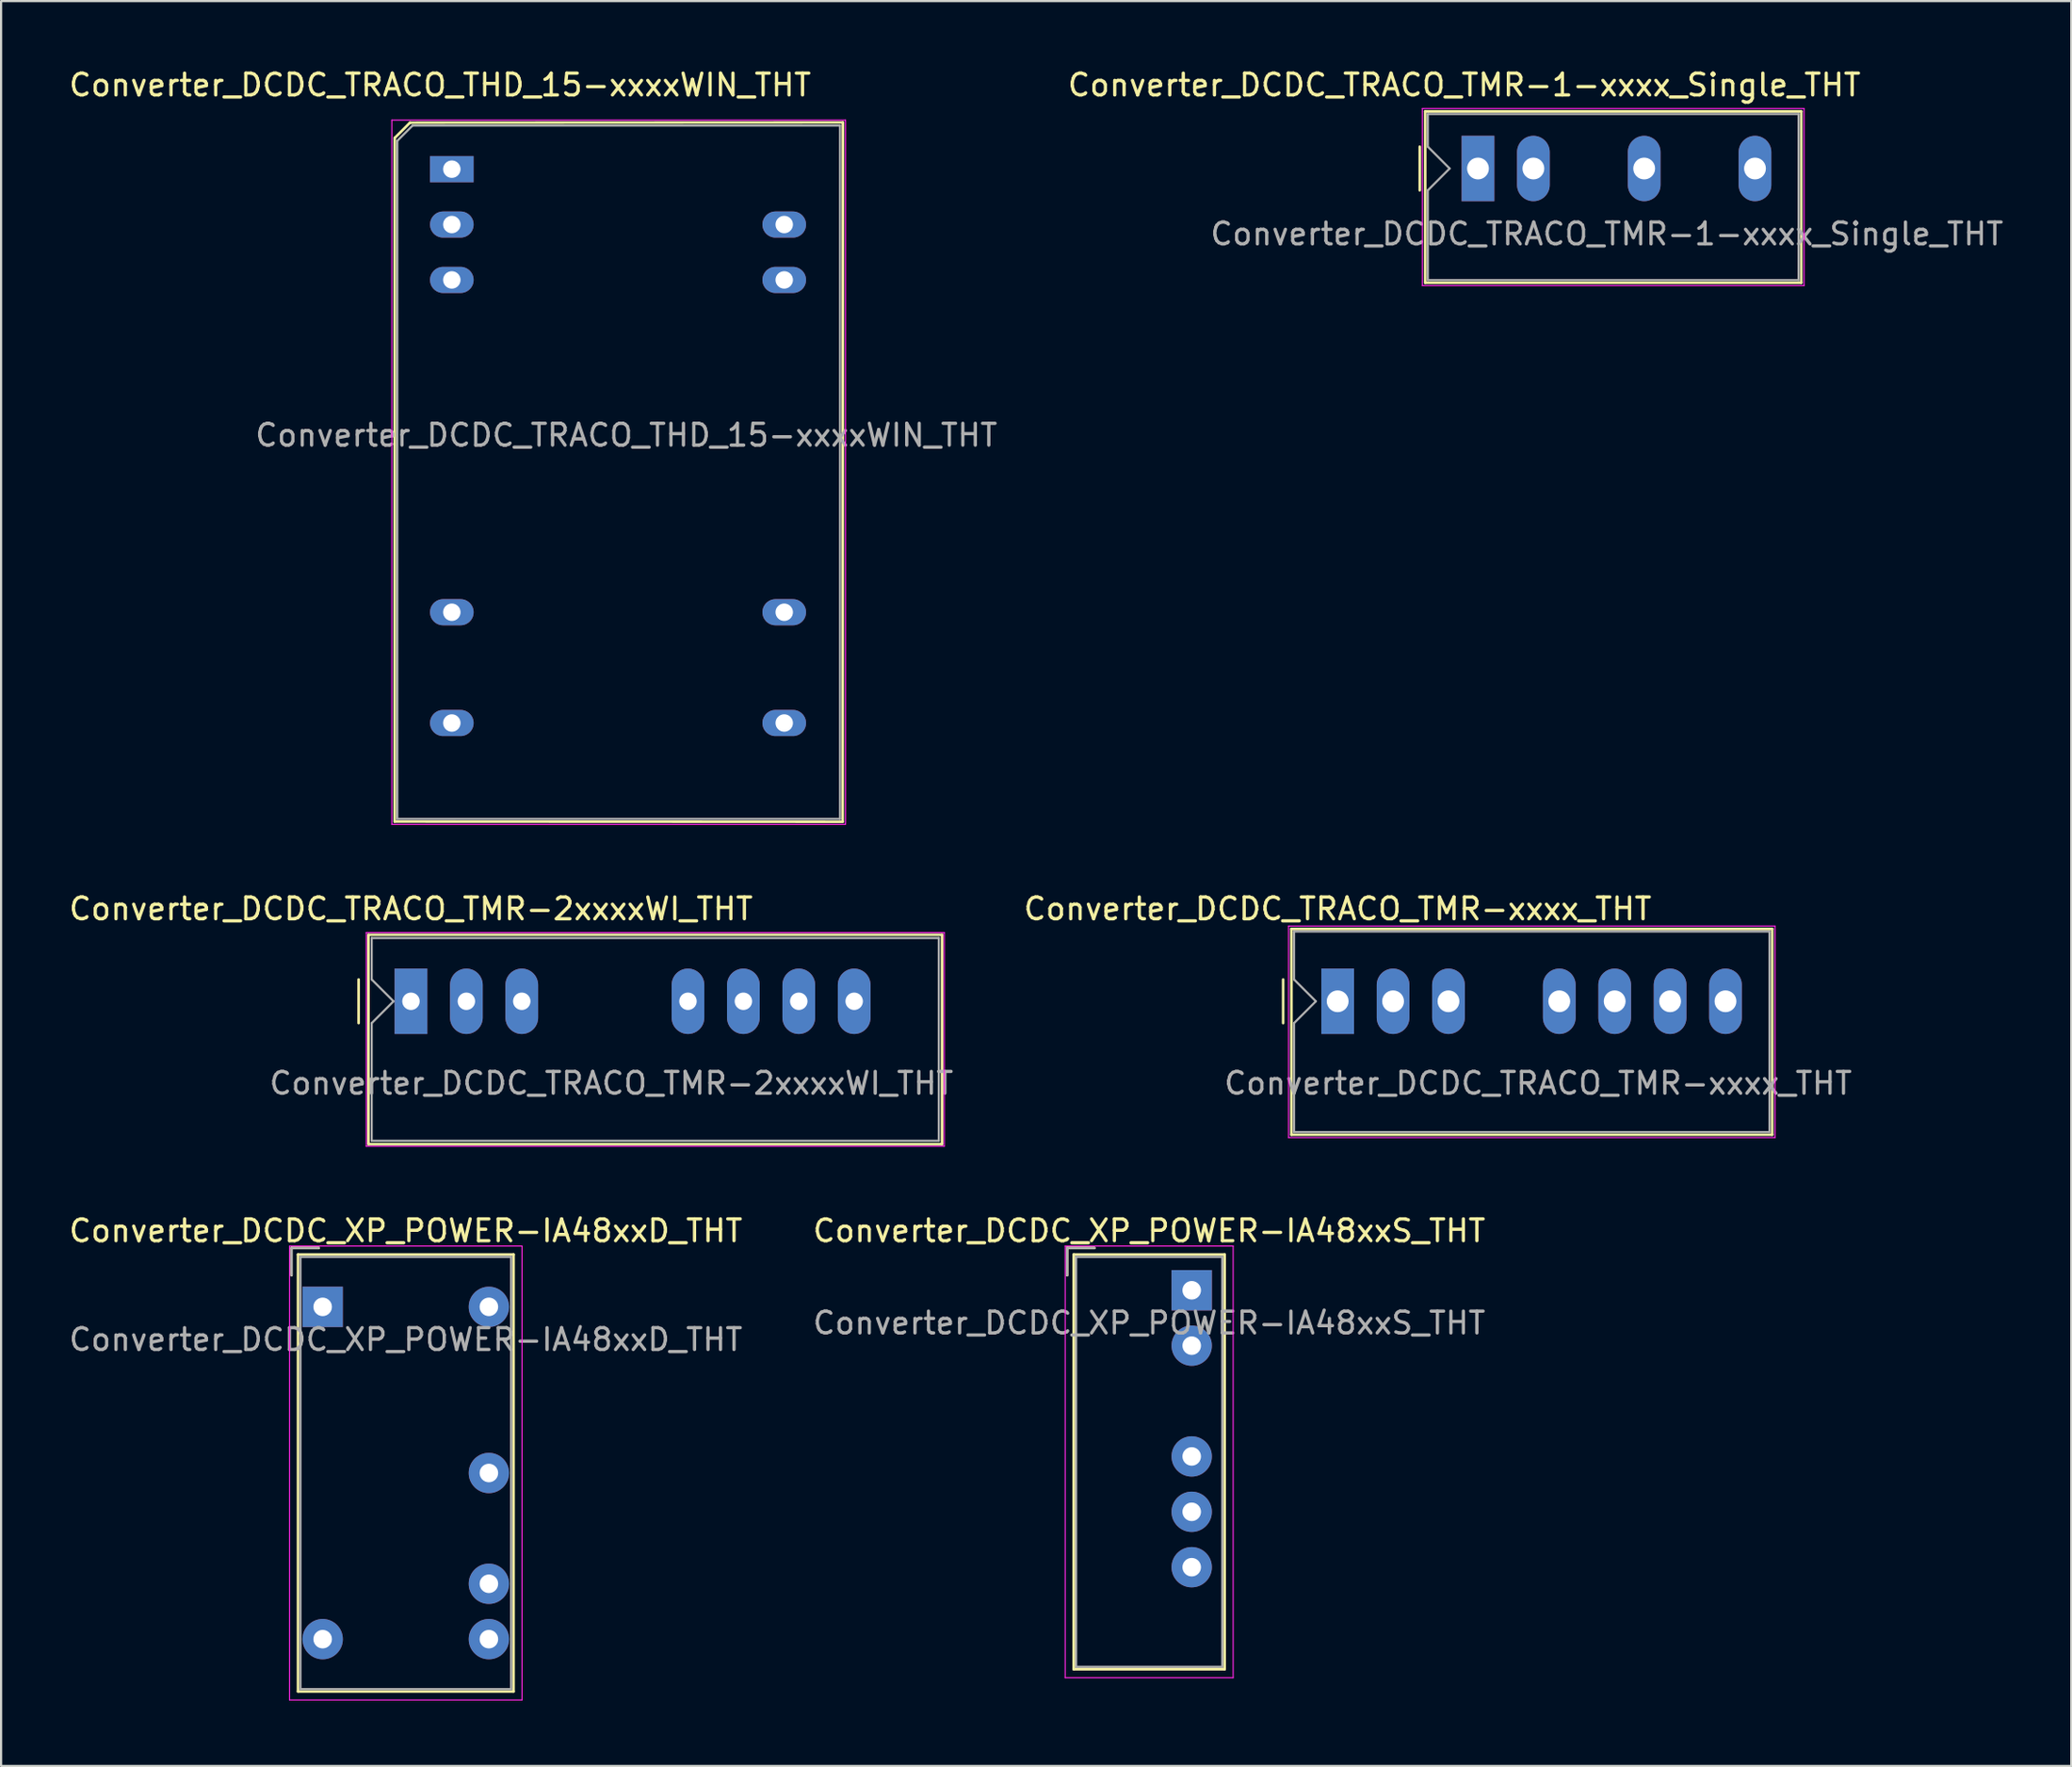
<source format=kicad_pcb>
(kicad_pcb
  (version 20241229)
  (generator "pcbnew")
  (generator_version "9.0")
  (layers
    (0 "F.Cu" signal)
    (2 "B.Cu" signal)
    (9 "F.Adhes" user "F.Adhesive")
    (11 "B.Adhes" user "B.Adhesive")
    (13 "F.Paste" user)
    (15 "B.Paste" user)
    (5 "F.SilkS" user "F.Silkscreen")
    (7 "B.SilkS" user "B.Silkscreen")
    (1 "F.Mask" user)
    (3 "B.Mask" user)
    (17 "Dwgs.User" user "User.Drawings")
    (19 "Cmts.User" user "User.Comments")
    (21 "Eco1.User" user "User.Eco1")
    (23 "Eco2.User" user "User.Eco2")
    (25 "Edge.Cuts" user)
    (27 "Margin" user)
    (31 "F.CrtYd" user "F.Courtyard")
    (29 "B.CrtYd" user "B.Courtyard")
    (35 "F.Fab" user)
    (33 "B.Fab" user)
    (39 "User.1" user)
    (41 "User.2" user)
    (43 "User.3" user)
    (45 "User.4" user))
  (footprint "Converter_DCDC_TRACO_THD_15-xxxxWIN_THT"
    (layer "F.Cu")
    (at 17.665 4.708)
    (property "Reference" "Converter_DCDC_TRACO_THD_15-xxxxWIN_THT" (at -0.54 -3.86 180) (layer "F.SilkS") (effects (font (size 1 1) (thickness 0.15))))
    (attr through_hole)
    (fp_line (start -2.62 -1.43) (end -2.62 29.92) (stroke (width 0.12) (type solid)) (layer "F.SilkS"))
    (fp_line (start -2.62 29.92) (end 17.92 29.93) (stroke (width 0.12) (type solid)) (layer "F.SilkS"))
    (fp_line (start -1.92 -2.13) (end -2.62 -1.43) (stroke (width 0.12) (type solid)) (layer "F.SilkS"))
    (fp_line (start 17.92 29.93) (end 17.93 -2.14) (stroke (width 0.12) (type solid)) (layer "F.SilkS"))
    (fp_line (start 17.93 -2.14) (end -1.92 -2.13) (stroke (width 0.12) (type solid)) (layer "F.SilkS"))
    (fp_line (start -2.75 -2.25) (end 18.05 -2.25) (stroke (width 0.05) (type solid)) (layer "F.CrtYd"))
    (fp_line (start -2.75 30.05) (end -2.75 -2.25) (stroke (width 0.05) (type solid)) (layer "F.CrtYd"))
    (fp_line (start 18.05 -2.25) (end 18.05 30.05) (stroke (width 0.05) (type solid)) (layer "F.CrtYd"))
    (fp_line (start 18.05 30.05) (end -2.75 30.05) (stroke (width 0.05) (type solid)) (layer "F.CrtYd"))
    (fp_line (start -2.5 29.8) (end -2.5 -1.3) (stroke (width 0.1) (type solid)) (layer "F.Fab"))
    (fp_line (start -1.8 -2) (end -2.5 -1.3) (stroke (width 0.1) (type solid)) (layer "F.Fab"))
    (fp_line (start -1.8 -2) (end 17.8 -2) (stroke (width 0.1) (type solid)) (layer "F.Fab"))
    (fp_line (start 17.8 -2) (end 17.8 29.8) (stroke (width 0.1) (type solid)) (layer "F.Fab"))
    (fp_line (start 17.8 29.8) (end -2.5 29.8) (stroke (width 0.1) (type solid)) (layer "F.Fab"))
    (fp_text user "${REFERENCE}" (at 8 12.2 0) (layer "F.Fab") (effects (font (size 1 1) (thickness 0.15))))
    (pad "1" thru_hole rect (at 0 0) (size 2 1.2) (drill 0.8) (layers "*.Cu" "*.Mask"))
    (pad "2" thru_hole oval (at 0 2.54) (size 2 1.2) (drill 0.8) (layers "*.Cu" "*.Mask"))
    (pad "3" thru_hole oval (at 0 5.08) (size 2 1.2) (drill 0.8) (layers "*.Cu" "*.Mask"))
    (pad "9" thru_hole oval (at 0 20.32) (size 2 1.2) (drill 0.8) (layers "*.Cu" "*.Mask"))
    (pad "11" thru_hole oval (at 0 25.4) (size 2 1.2) (drill 0.8) (layers "*.Cu" "*.Mask"))
    (pad "14" thru_hole oval (at 15.24 25.4) (size 2 1.2) (drill 0.8) (layers "*.Cu" "*.Mask"))
    (pad "16" thru_hole oval (at 15.24 20.32) (size 2 1.2) (drill 0.8) (layers "*.Cu" "*.Mask"))
    (pad "22" thru_hole oval (at 15.24 5.08) (size 2 1.2) (drill 0.8) (layers "*.Cu" "*.Mask"))
    (pad "23" thru_hole oval (at 15.24 2.54) (size 2 1.2) (drill 0.8) (layers "*.Cu" "*.Mask")))
  (footprint "Converter_DCDC_XP_POWER-IA48xxD_THT"
    (layer "F.Cu")
    (at 11.744 56.885)
    (property "Reference" "Converter_DCDC_XP_POWER-IA48xxD_THT" (at 3.81 -3.49 0) (layer "F.SilkS") (effects (font (size 1 1) (thickness 0.15))))
    (attr through_hole)
    (fp_line (start -1.43 -2.7) (end -1.43 -1.45) (stroke (width 0.12) (type solid)) (layer "F.SilkS"))
    (fp_line (start -1.13 -2.4) (end -1.13 17.64) (stroke (width 0.12) (type solid)) (layer "F.SilkS"))
    (fp_line (start -1.13 17.64) (end 8.75 17.64) (stroke (width 0.12) (type solid)) (layer "F.SilkS"))
    (fp_line (start -0.18 -2.7) (end -1.43 -2.7) (stroke (width 0.12) (type solid)) (layer "F.SilkS"))
    (fp_line (start 8.75 -2.4) (end -1.13 -2.4) (stroke (width 0.12) (type solid)) (layer "F.SilkS"))
    (fp_line (start 8.75 17.64) (end 8.75 -2.4) (stroke (width 0.12) (type solid)) (layer "F.SilkS"))
    (fp_line (start -1.52 -2.79) (end -1.52 18.03) (stroke (width 0.05) (type solid)) (layer "F.CrtYd"))
    (fp_line (start -1.52 18.03) (end 9.14 18.03) (stroke (width 0.05) (type solid)) (layer "F.CrtYd"))
    (fp_line (start 9.14 -2.79) (end -1.52 -2.79) (stroke (width 0.05) (type solid)) (layer "F.CrtYd"))
    (fp_line (start 9.14 18.03) (end 9.14 -2.79) (stroke (width 0.05) (type solid)) (layer "F.CrtYd"))
    (fp_line (start -1.43 -2.7) (end -1.43 -1.45) (stroke (width 0.1) (type solid)) (layer "F.Fab"))
    (fp_line (start -1.02 -2.29) (end -1.02 17.53) (stroke (width 0.1) (type solid)) (layer "F.Fab"))
    (fp_line (start -1.02 17.53) (end 8.64 17.53) (stroke (width 0.1) (type solid)) (layer "F.Fab"))
    (fp_line (start -0.18 -2.7) (end -1.43 -2.7) (stroke (width 0.1) (type solid)) (layer "F.Fab"))
    (fp_line (start 8.64 -2.29) (end -1.02 -2.29) (stroke (width 0.1) (type solid)) (layer "F.Fab"))
    (fp_line (start 8.64 17.53) (end 8.64 -2.29) (stroke (width 0.1) (type solid)) (layer "F.Fab"))
    (fp_text user "${REFERENCE}" (at 3.81 1.5 0) (layer "F.Fab") (effects (font (size 1 1) (thickness 0.15))))
    (pad "1" thru_hole rect (at 0 0) (size 1.85 1.85) (drill 0.85) (layers "*.Cu" "*.Mask"))
    (pad "2" thru_hole circle (at 0 15.24) (size 1.85 1.85) (drill 0.85) (layers "*.Cu" "*.Mask"))
    (pad "3" thru_hole circle (at 7.62 0) (size 1.85 1.85) (drill 0.85) (layers "*.Cu" "*.Mask"))
    (pad "4" thru_hole circle (at 7.62 7.62) (size 1.85 1.85) (drill 0.85) (layers "*.Cu" "*.Mask"))
    (pad "5" thru_hole circle (at 7.62 12.7) (size 1.85 1.85) (drill 0.85) (layers "*.Cu" "*.Mask"))
    (pad "6" thru_hole circle (at 7.62 15.24) (size 1.85 1.85) (drill 0.85) (layers "*.Cu" "*.Mask")))
  (footprint "Converter_DCDC_TRACO_TMR-2xxxxWI_THT"
    (layer "F.Cu")
    (at 15.792 42.871)
    (property "Reference" "Converter_DCDC_TRACO_TMR-2xxxxWI_THT" (at 0 -4.24 0) (layer "F.SilkS") (effects (font (size 1 1) (thickness 0.15))))
    (attr through_hole)
    (fp_line (start -2.4 -1) (end -2.4 1) (stroke (width 0.12) (type solid)) (layer "F.SilkS"))
    (fp_line (start -1.95 -3.05) (end 24.35 -3.05) (stroke (width 0.12) (type solid)) (layer "F.SilkS"))
    (fp_line (start -1.95 6.55) (end -1.95 -3.05) (stroke (width 0.12) (type solid)) (layer "F.SilkS"))
    (fp_line (start 24.35 -3.05) (end 24.35 6.55) (stroke (width 0.12) (type solid)) (layer "F.SilkS"))
    (fp_line (start 24.35 6.55) (end -1.95 6.55) (stroke (width 0.12) (type solid)) (layer "F.SilkS"))
    (fp_line (start -2.05 -3.15) (end -2.05 6.65) (stroke (width 0.05) (type solid)) (layer "F.CrtYd"))
    (fp_line (start -2.05 -3.15) (end 24.45 -3.15) (stroke (width 0.05) (type solid)) (layer "F.CrtYd"))
    (fp_line (start -2.05 6.65) (end 24.45 6.65) (stroke (width 0.05) (type solid)) (layer "F.CrtYd"))
    (fp_line (start 24.45 -3.15) (end 24.45 6.65) (stroke (width 0.05) (type solid)) (layer "F.CrtYd"))
    (fp_line (start -1.8 -2.9) (end -1.8 -1) (stroke (width 0.1) (type solid)) (layer "F.Fab"))
    (fp_line (start -1.8 -1) (end -0.8 0) (stroke (width 0.1) (type solid)) (layer "F.Fab"))
    (fp_line (start -1.8 1) (end -1.8 6.4) (stroke (width 0.1) (type solid)) (layer "F.Fab"))
    (fp_line (start -1.8 1) (end -0.8 0) (stroke (width 0.1) (type solid)) (layer "F.Fab"))
    (fp_line (start 24.2 -2.9) (end -1.8 -2.9) (stroke (width 0.1) (type solid)) (layer "F.Fab"))
    (fp_line (start 24.2 -2.9) (end 24.2 6.4) (stroke (width 0.1) (type solid)) (layer "F.Fab"))
    (fp_line (start 24.2 6.4) (end -1.8 6.4) (stroke (width 0.1) (type solid)) (layer "F.Fab"))
    (fp_text user "${REFERENCE}" (at 9.19 3.76 0) (layer "F.Fab") (effects (font (size 1 1) (thickness 0.15))))
    (pad "1" thru_hole rect (at 0 0) (size 1.5 3) (drill 0.8) (layers "*.Cu" "*.Mask"))
    (pad "2" thru_hole oval (at 2.54 0) (size 1.5 3) (drill 0.8) (layers "*.Cu" "*.Mask"))
    (pad "3" thru_hole oval (at 5.08 0) (size 1.5 3) (drill 0.8) (layers "*.Cu" "*.Mask"))
    (pad "6" thru_hole oval (at 12.7 0) (size 1.5 3) (drill 0.8) (layers "*.Cu" "*.Mask"))
    (pad "7" thru_hole oval (at 15.24 0) (size 1.5 3) (drill 0.8) (layers "*.Cu" "*.Mask"))
    (pad "8" thru_hole oval (at 17.78 0) (size 1.5 3) (drill 0.8) (layers "*.Cu" "*.Mask"))
    (pad "9" thru_hole oval (at 20.32 0) (size 1.5 3) (drill 0.8) (layers "*.Cu" "*.Mask")))
  (footprint "Converter_DCDC_TRACO_TMR-1-xxxx_Single_THT"
    (layer "F.Cu")
    (at 64.712 4.678)
    (property "Reference" "Converter_DCDC_TRACO_TMR-1-xxxx_Single_THT" (at -0.63 -3.83 0) (layer "F.SilkS") (effects (font (size 1 1) (thickness 0.15))))
    (attr through_hole)
    (fp_line (start -2.67 -1) (end -2.67 1) (stroke (width 0.12) (type solid)) (layer "F.SilkS"))
    (fp_line (start -2.42 -2.62) (end 14.82 -2.62) (stroke (width 0.12) (type solid)) (layer "F.SilkS"))
    (fp_line (start -2.42 5.24) (end -2.42 -2.62) (stroke (width 0.12) (type solid)) (layer "F.SilkS"))
    (fp_line (start 14.82 -2.62) (end 14.82 5.24) (stroke (width 0.12) (type solid)) (layer "F.SilkS"))
    (fp_line (start 14.82 5.24) (end -2.42 5.24) (stroke (width 0.12) (type solid)) (layer "F.SilkS"))
    (fp_line (start -2.55 -2.75) (end -2.55 5.37) (stroke (width 0.05) (type solid)) (layer "F.CrtYd"))
    (fp_line (start -2.55 -2.75) (end 14.95 -2.75) (stroke (width 0.05) (type solid)) (layer "F.CrtYd"))
    (fp_line (start -2.55 5.37) (end 14.95 5.37) (stroke (width 0.05) (type solid)) (layer "F.CrtYd"))
    (fp_line (start 14.95 -2.75) (end 14.95 5.37) (stroke (width 0.05) (type solid)) (layer "F.CrtYd"))
    (fp_line (start -2.3 -1) (end -2.3 -2.5) (stroke (width 0.1) (type solid)) (layer "F.Fab"))
    (fp_line (start -2.3 -1) (end -1.3 0) (stroke (width 0.1) (type solid)) (layer "F.Fab"))
    (fp_line (start -2.3 1) (end -2.3 5.12) (stroke (width 0.1) (type solid)) (layer "F.Fab"))
    (fp_line (start -1.3 0) (end -2.3 1) (stroke (width 0.1) (type solid)) (layer "F.Fab"))
    (fp_line (start 14.7 -2.5) (end -2.3 -2.5) (stroke (width 0.1) (type solid)) (layer "F.Fab"))
    (fp_line (start 14.7 -2.5) (end 14.7 5.12) (stroke (width 0.1) (type solid)) (layer "F.Fab"))
    (fp_line (start 14.7 5.12) (end -2.3 5.12) (stroke (width 0.1) (type solid)) (layer "F.Fab"))
    (fp_text user "${REFERENCE}" (at 5.91 3 0) (layer "F.Fab") (effects (font (size 1 1) (thickness 0.15))))
    (pad "1" thru_hole rect (at 0 0) (size 1.5 3) (drill 1) (layers "*.Cu" "*.Mask"))
    (pad "2" thru_hole oval (at 2.54 0) (size 1.5 3) (drill 1) (layers "*.Cu" "*.Mask"))
    (pad "4" thru_hole oval (at 7.62 0) (size 1.5 3) (drill 1) (layers "*.Cu" "*.Mask"))
    (pad "6" thru_hole oval (at 12.7 0) (size 1.5 3) (drill 1) (layers "*.Cu" "*.Mask")))
  (footprint "Converter_DCDC_XP_POWER-IA48xxS_THT"
    (layer "F.Cu")
    (at 51.587 56.125)
    (property "Reference" "Converter_DCDC_XP_POWER-IA48xxS_THT" (at -1.95 -2.73 0) (layer "F.SilkS") (effects (font (size 1 1) (thickness 0.15))))
    (attr through_hole)
    (fp_line (start -5.71 -1.94) (end -5.71 -0.69) (stroke (width 0.12) (type solid)) (layer "F.SilkS"))
    (fp_line (start -5.41 -1.64) (end -5.41 17.38) (stroke (width 0.12) (type solid)) (layer "F.SilkS"))
    (fp_line (start -5.41 17.38) (end 1.51 17.38) (stroke (width 0.12) (type solid)) (layer "F.SilkS"))
    (fp_line (start -4.46 -1.94) (end -5.71 -1.94) (stroke (width 0.12) (type solid)) (layer "F.SilkS"))
    (fp_line (start 1.51 -1.64) (end -5.41 -1.64) (stroke (width 0.12) (type solid)) (layer "F.SilkS"))
    (fp_line (start 1.51 17.38) (end 1.51 -1.64) (stroke (width 0.12) (type solid)) (layer "F.SilkS"))
    (fp_line (start -5.8 -2.03) (end -5.8 17.77) (stroke (width 0.05) (type solid)) (layer "F.CrtYd"))
    (fp_line (start -5.8 17.77) (end 1.9 17.77) (stroke (width 0.05) (type solid)) (layer "F.CrtYd"))
    (fp_line (start 1.9 -2.03) (end -5.8 -2.03) (stroke (width 0.05) (type solid)) (layer "F.CrtYd"))
    (fp_line (start 1.9 17.77) (end 1.9 -2.03) (stroke (width 0.05) (type solid)) (layer "F.CrtYd"))
    (fp_line (start -5.71 -1.94) (end -5.71 -0.69) (stroke (width 0.1) (type solid)) (layer "F.Fab"))
    (fp_line (start -5.3 -1.53) (end -5.3 17.27) (stroke (width 0.1) (type solid)) (layer "F.Fab"))
    (fp_line (start -5.3 17.27) (end 1.4 17.27) (stroke (width 0.1) (type solid)) (layer "F.Fab"))
    (fp_line (start -4.46 -1.94) (end -5.71 -1.94) (stroke (width 0.1) (type solid)) (layer "F.Fab"))
    (fp_line (start 1.4 -1.53) (end -5.3 -1.53) (stroke (width 0.1) (type solid)) (layer "F.Fab"))
    (fp_line (start 1.4 17.27) (end 1.4 -1.53) (stroke (width 0.1) (type solid)) (layer "F.Fab"))
    (fp_text user "${REFERENCE}" (at -1.95 1.5 0) (layer "F.Fab") (effects (font (size 1 1) (thickness 0.15))))
    (pad "1" thru_hole rect (at 0 0) (size 1.85 1.85) (drill 0.85) (layers "*.Cu" "*.Mask"))
    (pad "2" thru_hole circle (at 0 2.54) (size 1.85 1.85) (drill 0.85) (layers "*.Cu" "*.Mask"))
    (pad "4" thru_hole circle (at 0 7.62) (size 1.85 1.85) (drill 0.85) (layers "*.Cu" "*.Mask"))
    (pad "5" thru_hole circle (at 0 10.16) (size 1.85 1.85) (drill 0.85) (layers "*.Cu" "*.Mask"))
    (pad "6" thru_hole circle (at 0 12.7) (size 1.85 1.85) (drill 0.85) (layers "*.Cu" "*.Mask")))
  (footprint "Converter_DCDC_TRACO_TMR-xxxx_THT"
    (layer "F.Cu")
    (at 58.279 42.871)
    (property "Reference" "Converter_DCDC_TRACO_TMR-xxxx_THT" (at 0 -4.24 0) (layer "F.SilkS") (effects (font (size 1 1) (thickness 0.15))))
    (attr through_hole)
    (fp_line (start -2.5 -1) (end -2.5 1) (stroke (width 0.12) (type solid)) (layer "F.SilkS"))
    (fp_line (start -2.12 -3.32) (end 19.92 -3.32) (stroke (width 0.12) (type solid)) (layer "F.SilkS"))
    (fp_line (start -2.12 6.12) (end -2.12 -3.32) (stroke (width 0.12) (type solid)) (layer "F.SilkS"))
    (fp_line (start 19.92 -3.32) (end 19.92 6.12) (stroke (width 0.12) (type solid)) (layer "F.SilkS"))
    (fp_line (start 19.92 6.12) (end -2.12 6.12) (stroke (width 0.12) (type solid)) (layer "F.SilkS"))
    (fp_line (start -2.25 -3.45) (end -2.25 6.25) (stroke (width 0.05) (type solid)) (layer "F.CrtYd"))
    (fp_line (start -2.25 -3.45) (end 20.05 -3.45) (stroke (width 0.05) (type solid)) (layer "F.CrtYd"))
    (fp_line (start -2.25 6.25) (end 20.05 6.25) (stroke (width 0.05) (type solid)) (layer "F.CrtYd"))
    (fp_line (start 20.05 -3.45) (end 20.05 6.25) (stroke (width 0.05) (type solid)) (layer "F.CrtYd"))
    (fp_line (start -2 -3.2) (end -2 -1) (stroke (width 0.1) (type solid)) (layer "F.Fab"))
    (fp_line (start -2 -1) (end -1 0) (stroke (width 0.1) (type solid)) (layer "F.Fab"))
    (fp_line (start -2 1) (end -2 6) (stroke (width 0.1) (type solid)) (layer "F.Fab"))
    (fp_line (start -2 1) (end -1 0) (stroke (width 0.1) (type solid)) (layer "F.Fab"))
    (fp_line (start 19.8 -3.2) (end -2 -3.2) (stroke (width 0.1) (type solid)) (layer "F.Fab"))
    (fp_line (start 19.8 -3.2) (end 19.8 6) (stroke (width 0.1) (type solid)) (layer "F.Fab"))
    (fp_line (start 19.8 6) (end -2 6) (stroke (width 0.1) (type solid)) (layer "F.Fab"))
    (fp_text user "${REFERENCE}" (at 9.19 3.76 0) (layer "F.Fab") (effects (font (size 1 1) (thickness 0.15))))
    (pad "1" thru_hole rect (at 0 0) (size 1.5 3) (drill 1) (layers "*.Cu" "*.Mask"))
    (pad "2" thru_hole oval (at 2.54 0) (size 1.5 3) (drill 1) (layers "*.Cu" "*.Mask"))
    (pad "3" thru_hole oval (at 5.08 0) (size 1.5 3) (drill 1) (layers "*.Cu" "*.Mask"))
    (pad "5" thru_hole oval (at 10.16 0) (size 1.5 3) (drill 1) (layers "*.Cu" "*.Mask"))
    (pad "6" thru_hole oval (at 12.7 0) (size 1.5 3) (drill 1) (layers "*.Cu" "*.Mask"))
    (pad "7" thru_hole oval (at 15.24 0) (size 1.5 3) (drill 1) (layers "*.Cu" "*.Mask"))
    (pad "8" thru_hole oval (at 17.78 0) (size 1.5 3) (drill 1) (layers "*.Cu" "*.Mask")))
  (gr_rect
    (start -3 -3)
    (end 91.913 77.94)
    (stroke (width 0.1) (type default))
    (fill no)
    (layer "Edge.Cuts")))
</source>
